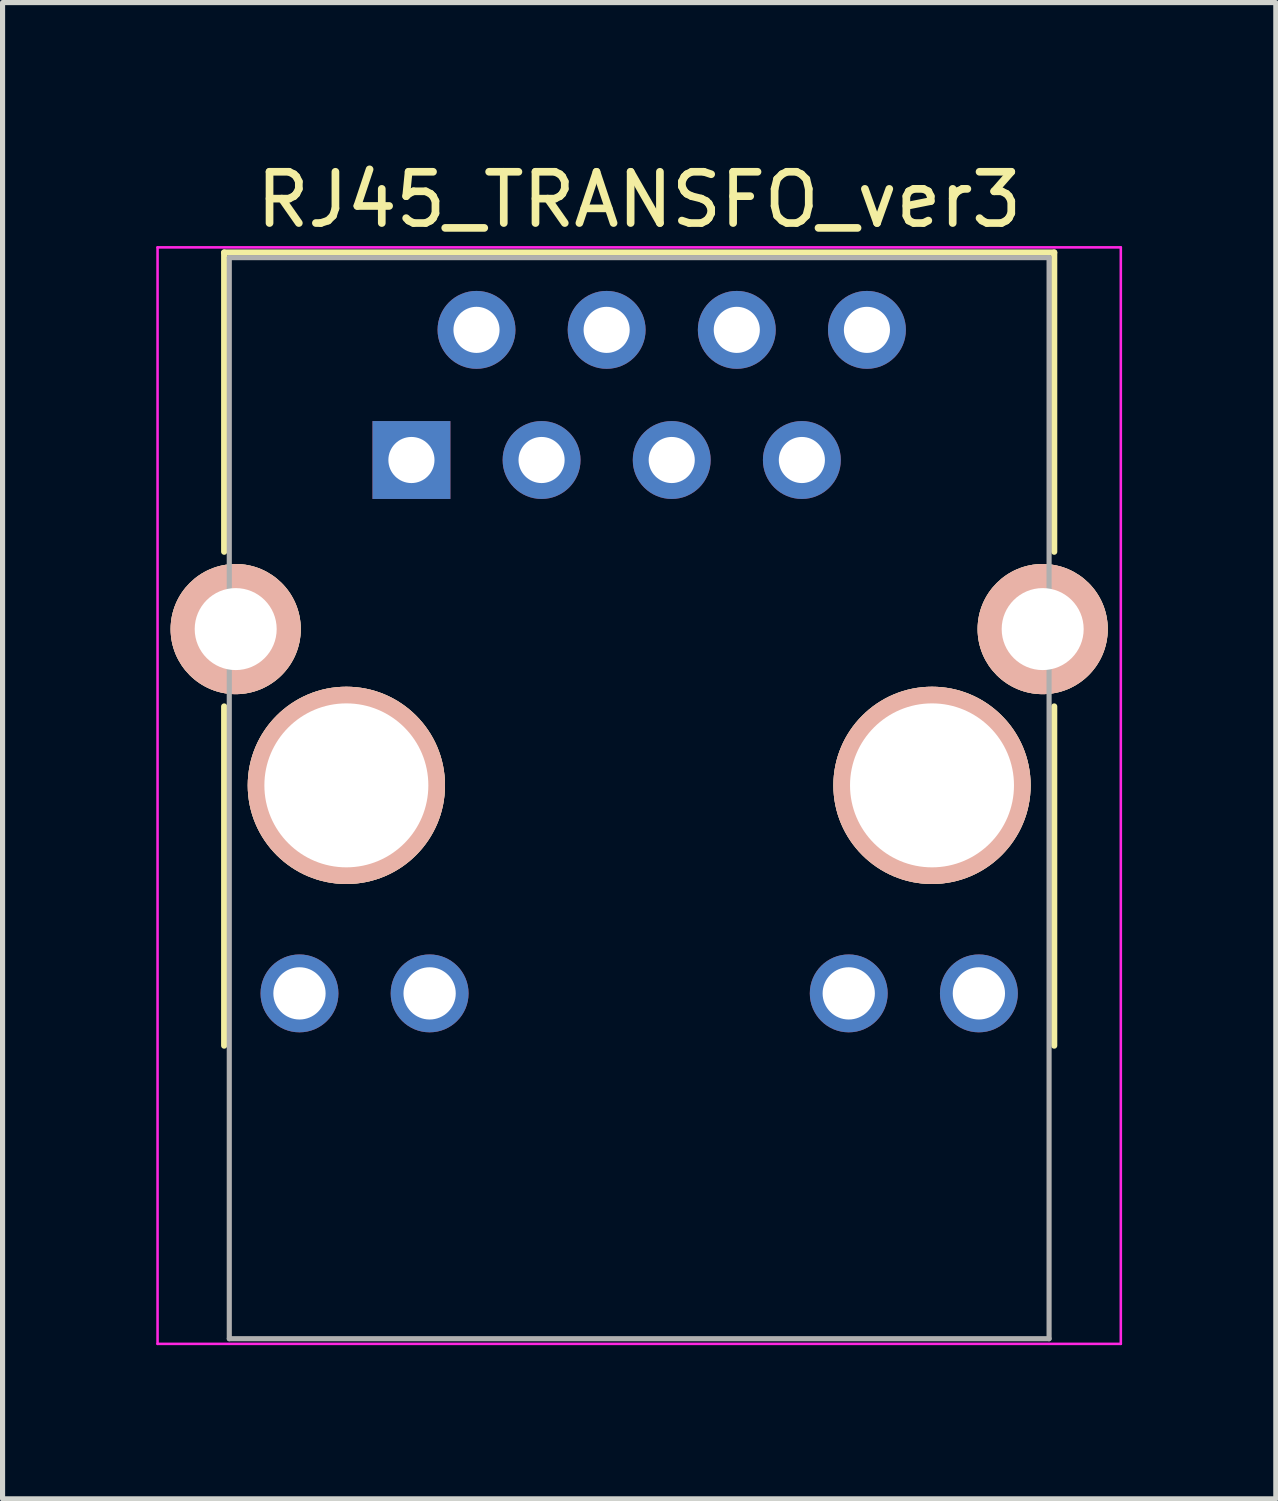
<source format=kicad_pcb>
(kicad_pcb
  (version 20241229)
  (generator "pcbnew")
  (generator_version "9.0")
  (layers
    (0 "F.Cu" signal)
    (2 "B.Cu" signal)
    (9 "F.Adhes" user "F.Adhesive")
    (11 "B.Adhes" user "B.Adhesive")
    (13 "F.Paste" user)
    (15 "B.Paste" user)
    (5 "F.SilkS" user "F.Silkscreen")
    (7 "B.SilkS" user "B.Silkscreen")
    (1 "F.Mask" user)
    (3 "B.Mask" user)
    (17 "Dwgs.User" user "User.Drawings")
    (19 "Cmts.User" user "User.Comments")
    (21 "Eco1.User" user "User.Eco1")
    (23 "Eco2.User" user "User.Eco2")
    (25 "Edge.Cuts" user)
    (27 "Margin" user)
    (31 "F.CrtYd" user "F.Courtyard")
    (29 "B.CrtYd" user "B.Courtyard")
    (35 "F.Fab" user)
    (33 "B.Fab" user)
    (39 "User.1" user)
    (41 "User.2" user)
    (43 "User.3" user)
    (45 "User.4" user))
  (footprint "RJ45_TRANSFO_ver3"
    (layer "F.Cu")
    (at 9.425 12.278)
    (property "Reference" "RJ45_TRANSFO_ver3" (at 0 -11.43 0) (layer "F.SilkS") (effects (font (size 1 1) (thickness 0.15))))
    (attr through_hole)
    (fp_line (start -8.1 -10.4) (end -8.1 -4.56) (stroke (width 0.12) (type solid)) (layer "F.SilkS"))
    (fp_line (start -8.1 -10.4) (end 8.1 -10.4) (stroke (width 0.12) (type solid)) (layer "F.SilkS"))
    (fp_line (start -8.1 -1.54) (end -8.1 5.08) (stroke (width 0.12) (type solid)) (layer "F.SilkS"))
    (fp_line (start 8.1 -10.4) (end 8.1 -4.56) (stroke (width 0.12) (type solid)) (layer "F.SilkS"))
    (fp_line (start 8.1 -1.54) (end 8.1 5.08) (stroke (width 0.12) (type solid)) (layer "F.SilkS"))
    (fp_line (start -9.4 -10.5) (end -9.4 10.9) (stroke (width 0.05) (type solid)) (layer "F.CrtYd"))
    (fp_line (start -9.4 -10.5) (end 9.4 -10.5) (stroke (width 0.05) (type solid)) (layer "F.CrtYd"))
    (fp_line (start -9.4 10.9) (end 9.4 10.9) (stroke (width 0.05) (type solid)) (layer "F.CrtYd"))
    (fp_line (start 9.4 -10.5) (end 9.4 10.9) (stroke (width 0.05) (type solid)) (layer "F.CrtYd"))
    (fp_line (start -8 -10.3) (end -8 10.8) (stroke (width 0.1) (type solid)) (layer "F.Fab"))
    (fp_line (start -8 -10.3) (end 8 -10.3) (stroke (width 0.1) (type solid)) (layer "F.Fab"))
    (fp_line (start -8 10.8) (end 8 10.8) (stroke (width 0.1) (type solid)) (layer "F.Fab"))
    (fp_line (start 8 -10.3) (end 8 10.8) (stroke (width 0.1) (type solid)) (layer "F.Fab"))
    (pad "1" thru_hole rect (at -4.445 -6.35) (size 1.52 1.52) (drill 0.9) (layers "*.Cu" "*.Mask"))
    (pad "2" thru_hole circle (at -3.175 -8.89) (size 1.52 1.52) (drill 0.9) (layers "*.Cu" "*.Mask"))
    (pad "3" thru_hole circle (at -1.905 -6.35) (size 1.52 1.52) (drill 0.9) (layers "*.Cu" "*.Mask"))
    (pad "4" thru_hole circle (at -0.635 -8.89) (size 1.52 1.52) (drill 0.9) (layers "*.Cu" "*.Mask"))
    (pad "5" thru_hole circle (at 0.635 -6.35) (size 1.52 1.52) (drill 0.9) (layers "*.Cu" "*.Mask"))
    (pad "6" thru_hole circle (at 1.905 -8.89) (size 1.52 1.52) (drill 0.9) (layers "*.Cu" "*.Mask"))
    (pad "7" thru_hole circle (at 3.175 -6.35) (size 1.52 1.52) (drill 0.9) (layers "*.Cu" "*.Mask"))
    (pad "8" thru_hole circle (at 4.445 -8.89) (size 1.52 1.52) (drill 0.9) (layers "*.Cu" "*.Mask"))
    (pad "13" thru_hole circle (at -7.875 -3.05) (size 2.54 2.54) (drill 1.6) (layers "*.Cu" "*.SilkS" "*.Mask"))
    (pad "13" thru_hole circle (at 7.875 -3.05) (size 2.54 2.54) (drill 1.6) (layers "*.Cu" "*.SilkS" "*.Mask"))
    (pad "GA" thru_hole circle (at 4.09 4.06) (size 1.52 1.52) (drill 1.02) (layers "*.Cu" "*.Mask"))
    (pad "GK" thru_hole circle (at 6.63 4.06) (size 1.52 1.52) (drill 1.02) (layers "*.Cu" "*.Mask"))
    (pad "Hole" thru_hole circle (at -5.715 0) (size 3.85 3.85) (drill 3.2) (layers "*.Cu" "*.SilkS" "*.Mask"))
    (pad "Hole" thru_hole circle (at 5.715 0) (size 3.85 3.85) (drill 3.2) (layers "*.Cu" "*.SilkS" "*.Mask"))
    (pad "YA" thru_hole circle (at -6.63 4.06) (size 1.52 1.52) (drill 1.02) (layers "*.Cu" "*.Mask"))
    (pad "YK" thru_hole circle (at -4.09 4.06) (size 1.52 1.52) (drill 1.02) (layers "*.Cu" "*.Mask")))
  (gr_rect
    (start -3 -3)
    (end 21.85 26.203)
    (stroke (width 0.1) (type default))
    (fill no)
    (layer "Edge.Cuts")))
</source>
